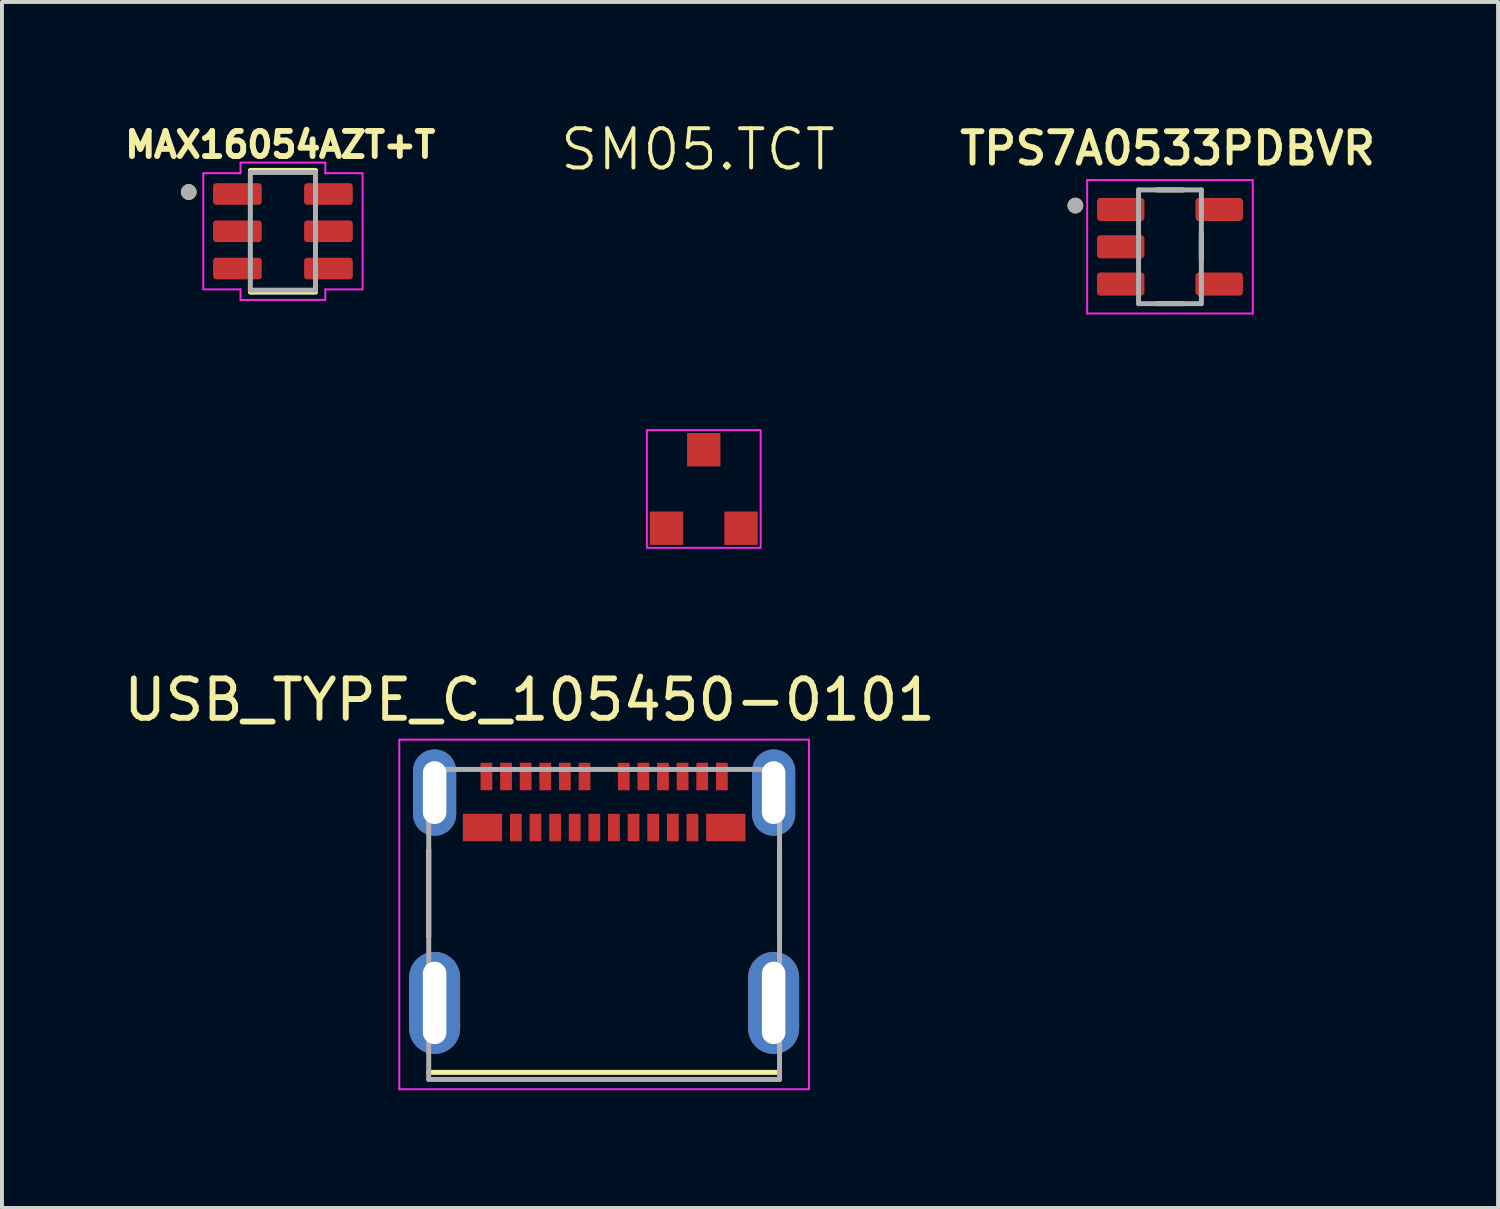
<source format=kicad_pcb>
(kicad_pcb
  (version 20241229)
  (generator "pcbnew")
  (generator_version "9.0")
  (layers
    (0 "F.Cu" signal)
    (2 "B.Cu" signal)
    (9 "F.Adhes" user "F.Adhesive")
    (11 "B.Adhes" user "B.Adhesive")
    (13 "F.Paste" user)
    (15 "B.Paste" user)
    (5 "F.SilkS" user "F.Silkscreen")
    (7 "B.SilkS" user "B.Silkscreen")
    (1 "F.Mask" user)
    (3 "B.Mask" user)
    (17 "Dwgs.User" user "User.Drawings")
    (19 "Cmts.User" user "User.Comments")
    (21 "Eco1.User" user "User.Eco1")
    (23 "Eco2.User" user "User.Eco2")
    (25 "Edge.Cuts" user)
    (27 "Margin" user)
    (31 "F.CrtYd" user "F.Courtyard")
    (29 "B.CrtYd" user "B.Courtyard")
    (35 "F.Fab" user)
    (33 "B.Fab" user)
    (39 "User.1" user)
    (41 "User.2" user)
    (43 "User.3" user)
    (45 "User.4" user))
  (footprint "MAX16054AZT+T"
    (layer "F.Cu")
    (at 4.16 2.844)
    (property "Reference" "MAX16054AZT+T" (at -0.068 -2.206 0) (layer "F.SilkS") (effects (font (size 0.64 0.64) (thickness 0.15))))
    (attr smd)
    (fp_line (start -0.83 -1.55) (end 0.83 -1.55) (stroke (width 0.127) (type solid)) (layer "F.SilkS"))
    (fp_line (start -0.83 1.55) (end 0.83 1.55) (stroke (width 0.127) (type solid)) (layer "F.SilkS"))
    (fp_circle (center -2.4 -1) (end -2.3 -1) (stroke (width 0.2) (type solid)) (fill no) (layer "F.SilkS"))
    (fp_line (start -2.03 -1.48) (end -1.08 -1.48) (stroke (width 0.05) (type solid)) (layer "F.CrtYd"))
    (fp_line (start -2.03 1.48) (end -2.03 -1.48) (stroke (width 0.05) (type solid)) (layer "F.CrtYd"))
    (fp_line (start -1.08 -1.75) (end 1.08 -1.75) (stroke (width 0.05) (type solid)) (layer "F.CrtYd"))
    (fp_line (start -1.08 -1.48) (end -1.08 -1.75) (stroke (width 0.05) (type solid)) (layer "F.CrtYd"))
    (fp_line (start -1.08 1.48) (end -2.03 1.48) (stroke (width 0.05) (type solid)) (layer "F.CrtYd"))
    (fp_line (start -1.08 1.75) (end -1.08 1.48) (stroke (width 0.05) (type solid)) (layer "F.CrtYd"))
    (fp_line (start 1.08 -1.75) (end 1.08 -1.48) (stroke (width 0.05) (type solid)) (layer "F.CrtYd"))
    (fp_line (start 1.08 -1.48) (end 2.03 -1.48) (stroke (width 0.05) (type solid)) (layer "F.CrtYd"))
    (fp_line (start 1.08 1.48) (end 1.08 1.75) (stroke (width 0.05) (type solid)) (layer "F.CrtYd"))
    (fp_line (start 1.08 1.75) (end -1.08 1.75) (stroke (width 0.05) (type solid)) (layer "F.CrtYd"))
    (fp_line (start 2.03 1.48) (end 1.08 1.48) (stroke (width 0.05) (type solid)) (layer "F.CrtYd"))
    (fp_line (start 2.03 1.48) (end 2.03 -1.48) (stroke (width 0.05) (type solid)) (layer "F.CrtYd"))
    (fp_line (start -0.83 -1.5) (end 0.83 -1.5) (stroke (width 0.127) (type solid)) (layer "F.Fab"))
    (fp_line (start -0.83 1.5) (end -0.83 -1.5) (stroke (width 0.127) (type solid)) (layer "F.Fab"))
    (fp_line (start 0.83 -1.5) (end 0.83 1.5) (stroke (width 0.127) (type solid)) (layer "F.Fab"))
    (fp_line (start 0.83 1.5) (end -0.83 1.5) (stroke (width 0.127) (type solid)) (layer "F.Fab"))
    (fp_circle (center -2.4 -1) (end -2.3 -1) (stroke (width 0.2) (type solid)) (fill no) (layer "F.Fab"))
    (pad "1" smd roundrect (at -1.16 -0.95) (size 1.24 0.55) (layers "F.Cu" "F.Mask" "F.Paste") (roundrect_rratio 0.14))
    (pad "2" smd roundrect (at -1.16 0) (size 1.24 0.55) (layers "F.Cu" "F.Mask" "F.Paste") (roundrect_rratio 0.14))
    (pad "3" smd roundrect (at -1.16 0.95) (size 1.24 0.55) (layers "F.Cu" "F.Mask" "F.Paste") (roundrect_rratio 0.14))
    (pad "4" smd roundrect (at 1.16 0.95) (size 1.24 0.55) (layers "F.Cu" "F.Mask" "F.Paste") (roundrect_rratio 0.14))
    (pad "5" smd roundrect (at 1.16 0) (size 1.24 0.55) (layers "F.Cu" "F.Mask" "F.Paste") (roundrect_rratio 0.14))
    (pad "6" smd roundrect (at 1.16 -0.95) (size 1.24 0.55) (layers "F.Cu" "F.Mask" "F.Paste") (roundrect_rratio 0.14)))
  (footprint "USB_TYPE_C_105450-0101"
    (layer "F.Cu")
    (at 12.346 20.509)
    (property "Reference" "USB_TYPE_C_105450-0101" (at -1.899 -5.723 0) (layer "F.SilkS") (effects (font (size 1.004 1.004) (thickness 0.15))))
    (attr smd)
    (fp_line (start -4.47 0.3) (end -4.47 -1.9) (stroke (width 0.127) (type solid)) (layer "F.SilkS"))
    (fp_line (start -4.47 3.77) (end 4.47 3.77) (stroke (width 0.127) (type solid)) (layer "F.SilkS"))
    (fp_line (start 4.47 0.3) (end 4.47 -1.9) (stroke (width 0.127) (type solid)) (layer "F.SilkS"))
    (fp_line (start -5.22 -4.71) (end 5.22 -4.71) (stroke (width 0.05) (type solid)) (layer "F.CrtYd"))
    (fp_line (start -5.22 4.2) (end -5.22 -4.71) (stroke (width 0.05) (type solid)) (layer "F.CrtYd"))
    (fp_line (start 5.22 -4.71) (end 5.22 4.2) (stroke (width 0.05) (type solid)) (layer "F.CrtYd"))
    (fp_line (start 5.22 4.2) (end -5.22 4.2) (stroke (width 0.05) (type solid)) (layer "F.CrtYd"))
    (fp_line (start -4.47 -3.95) (end -4.47 3.95) (stroke (width 0.127) (type solid)) (layer "F.Fab"))
    (fp_line (start -4.47 3.95) (end 4.47 3.95) (stroke (width 0.127) (type solid)) (layer "F.Fab"))
    (fp_line (start 4.47 -3.95) (end -4.47 -3.95) (stroke (width 0.127) (type solid)) (layer "F.Fab"))
    (fp_line (start 4.47 3.95) (end 4.47 -3.95) (stroke (width 0.127) (type solid)) (layer "F.Fab"))
    (pad "A1" smd rect (at -3 -3.77) (size 0.3 0.7) (layers "F.Cu" "F.Mask" "F.Paste"))
    (pad "A2" smd rect (at -2.5 -3.77) (size 0.3 0.7) (layers "F.Cu" "F.Mask" "F.Paste"))
    (pad "A3" smd rect (at -2 -3.77) (size 0.3 0.7) (layers "F.Cu" "F.Mask" "F.Paste"))
    (pad "A4" smd rect (at -1.5 -3.77) (size 0.3 0.7) (layers "F.Cu" "F.Mask" "F.Paste"))
    (pad "A5" smd rect (at -1 -3.77) (size 0.3 0.7) (layers "F.Cu" "F.Mask" "F.Paste"))
    (pad "A6" smd rect (at -0.5 -3.77) (size 0.3 0.7) (layers "F.Cu" "F.Mask" "F.Paste"))
    (pad "A7" smd rect (at 0.5 -3.77) (size 0.3 0.7) (layers "F.Cu" "F.Mask" "F.Paste"))
    (pad "A8" smd rect (at 1 -3.77) (size 0.3 0.7) (layers "F.Cu" "F.Mask" "F.Paste"))
    (pad "A9" smd rect (at 1.5 -3.77) (size 0.3 0.7) (layers "F.Cu" "F.Mask" "F.Paste"))
    (pad "A10" smd rect (at 2 -3.77) (size 0.3 0.7) (layers "F.Cu" "F.Mask" "F.Paste"))
    (pad "A11" smd rect (at 2.5 -3.77) (size 0.3 0.7) (layers "F.Cu" "F.Mask" "F.Paste"))
    (pad "A12" smd rect (at 3 -3.77) (size 0.3 0.7) (layers "F.Cu" "F.Mask" "F.Paste"))
    (pad "B1" smd rect (at 3.1 -2.47) (size 1 0.7) (layers "F.Cu" "F.Mask" "F.Paste"))
    (pad "B2" smd rect (at 2.25 -2.47) (size 0.3 0.7) (layers "F.Cu" "F.Mask" "F.Paste"))
    (pad "B3" smd rect (at 1.75 -2.47) (size 0.3 0.7) (layers "F.Cu" "F.Mask" "F.Paste"))
    (pad "B4" smd rect (at 1.25 -2.47) (size 0.3 0.7) (layers "F.Cu" "F.Mask" "F.Paste"))
    (pad "B5" smd rect (at 0.75 -2.47) (size 0.3 0.7) (layers "F.Cu" "F.Mask" "F.Paste"))
    (pad "B6" smd rect (at 0.25 -2.47) (size 0.3 0.7) (layers "F.Cu" "F.Mask" "F.Paste"))
    (pad "B7" smd rect (at -0.25 -2.47) (size 0.3 0.7) (layers "F.Cu" "F.Mask" "F.Paste"))
    (pad "B8" smd rect (at -0.75 -2.47) (size 0.3 0.7) (layers "F.Cu" "F.Mask" "F.Paste"))
    (pad "B9" smd rect (at -1.25 -2.47) (size 0.3 0.7) (layers "F.Cu" "F.Mask" "F.Paste"))
    (pad "B10" smd rect (at -1.75 -2.47) (size 0.3 0.7) (layers "F.Cu" "F.Mask" "F.Paste"))
    (pad "B11" smd rect (at -2.25 -2.47) (size 0.3 0.7) (layers "F.Cu" "F.Mask" "F.Paste"))
    (pad "B12" smd rect (at -3.1 -2.47) (size 1 0.7) (layers "F.Cu" "F.Mask" "F.Paste"))
    (pad "S1" thru_hole oval (at -4.32 -3.36) (size 1.1 2.2) (drill oval 0.6 1.6) (layers "*.Cu" "*.Mask"))
    (pad "S2" thru_hole oval (at 4.32 -3.36) (size 1.1 2.2) (drill oval 0.6 1.6) (layers "*.Cu" "*.Mask"))
    (pad "S3" thru_hole oval (at -4.32 2) (size 1.3 2.6) (drill oval 0.6 2.1) (layers "*.Cu" "*.Mask"))
    (pad "S4" thru_hole oval (at 4.32 2) (size 1.3 2.6) (drill oval 0.6 2.1) (layers "*.Cu" "*.Mask"))
    (zone (net_name "") (layer "F.Cu") (hatch full 0.508) (connect_pads) (min_thickness 0.01) (filled_areas_thickness no) (keepout (tracks not_allowed) (vias not_allowed) (pads not_allowed) (copperpour not_allowed) (footprints allowed)) (placement (enabled no)) (fill) (polygon (pts (xy 8.846 18.629) (xy 15.846 18.629) (xy 15.846 24.28) (xy 8.846 24.28))))
    (zone (net_name "") (layers "F.Cu" "B.Cu") (hatch full 0.508) (connect_pads) (min_thickness 0.01) (filled_areas_thickness no) (keepout (tracks allowed) (vias not_allowed) (pads allowed) (copperpour allowed) (footprints allowed)) (placement (enabled no)) (fill) (polygon (pts (xy 8.844 18.629) (xy 15.846 18.629) (xy 15.846 24.281) (xy 8.844 24.281)))))
  (footprint "SM05.TCT"
    (layer "F.Cu")
    (at 14.885 9.411)
    (property "Reference" "SM05.TCT" (at -0.15 -8.65 0) (unlocked yes) (layer "F.SilkS") (effects (font (size 1 1) (thickness 0.1))))
    (attr smd)
    (fp_rect (start -1.45 -1.5) (end 1.45 1.5) (stroke (width 0.05) (type default)) (fill no) (layer "F.CrtYd"))
    (pad "1" smd rect (at -0.95 1 90) (size 0.85 0.85) (layers "F.Cu" "F.Mask" "F.Paste"))
    (pad "2" smd rect (at 0.95 1 90) (size 0.85 0.85) (layers "F.Cu" "F.Mask" "F.Paste"))
    (pad "3" smd rect (at 0 -1 90) (size 0.85 0.85) (layers "F.Cu" "F.Mask" "F.Paste")))
  (footprint "TPS7A0533PDBVR"
    (layer "F.Cu")
    (at 26.766 3.239)
    (property "Reference" "TPS7A0533PDBVR" (at -0.06 -2.508 0) (layer "F.SilkS") (effects (font (size 0.8 0.8) (thickness 0.15))))
    (attr smd)
    (fp_line (start -0.33 -1.45) (end 0.33 -1.45) (stroke (width 0.127) (type solid)) (layer "F.SilkS"))
    (fp_line (start 0.33 1.45) (end -0.33 1.45) (stroke (width 0.127) (type solid)) (layer "F.SilkS"))
    (fp_line (start 0.8 -0.335) (end 0.8 0.335) (stroke (width 0.127) (type solid)) (layer "F.SilkS"))
    (fp_circle (center -2.41 -1.05) (end -2.31 -1.05) (stroke (width 0.2) (type solid)) (fill no) (layer "F.SilkS"))
    (fp_line (start -2.11 -1.7) (end 2.11 -1.7) (stroke (width 0.05) (type solid)) (layer "F.CrtYd"))
    (fp_line (start -2.11 1.7) (end -2.11 -1.7) (stroke (width 0.05) (type solid)) (layer "F.CrtYd"))
    (fp_line (start 2.11 -1.7) (end 2.11 1.7) (stroke (width 0.05) (type solid)) (layer "F.CrtYd"))
    (fp_line (start 2.11 1.7) (end -2.11 1.7) (stroke (width 0.05) (type solid)) (layer "F.CrtYd"))
    (fp_line (start -0.8 -1.45) (end 0.8 -1.45) (stroke (width 0.127) (type solid)) (layer "F.Fab"))
    (fp_line (start -0.8 1.45) (end -0.8 -1.45) (stroke (width 0.127) (type solid)) (layer "F.Fab"))
    (fp_line (start 0.8 -1.45) (end 0.8 1.45) (stroke (width 0.127) (type solid)) (layer "F.Fab"))
    (fp_line (start 0.8 1.45) (end -0.8 1.45) (stroke (width 0.127) (type solid)) (layer "F.Fab"))
    (fp_circle (center -2.41 -1.05) (end -2.31 -1.05) (stroke (width 0.2) (type solid)) (fill no) (layer "F.Fab"))
    (pad "1" smd roundrect (at -1.255 -0.95) (size 1.21 0.59) (layers "F.Cu" "F.Mask" "F.Paste") (roundrect_rratio 0.15))
    (pad "2" smd roundrect (at -1.255 0) (size 1.21 0.59) (layers "F.Cu" "F.Mask" "F.Paste") (roundrect_rratio 0.15))
    (pad "3" smd roundrect (at -1.255 0.95) (size 1.21 0.59) (layers "F.Cu" "F.Mask" "F.Paste") (roundrect_rratio 0.15))
    (pad "4" smd roundrect (at 1.255 0.95) (size 1.21 0.59) (layers "F.Cu" "F.Mask" "F.Paste") (roundrect_rratio 0.15))
    (pad "5" smd roundrect (at 1.255 -0.95) (size 1.21 0.59) (layers "F.Cu" "F.Mask" "F.Paste") (roundrect_rratio 0.15)))
  (gr_rect
    (start -3 -3)
    (end 35.127 27.734)
    (stroke (width 0.1) (type default))
    (fill no)
    (layer "Edge.Cuts")))
</source>
